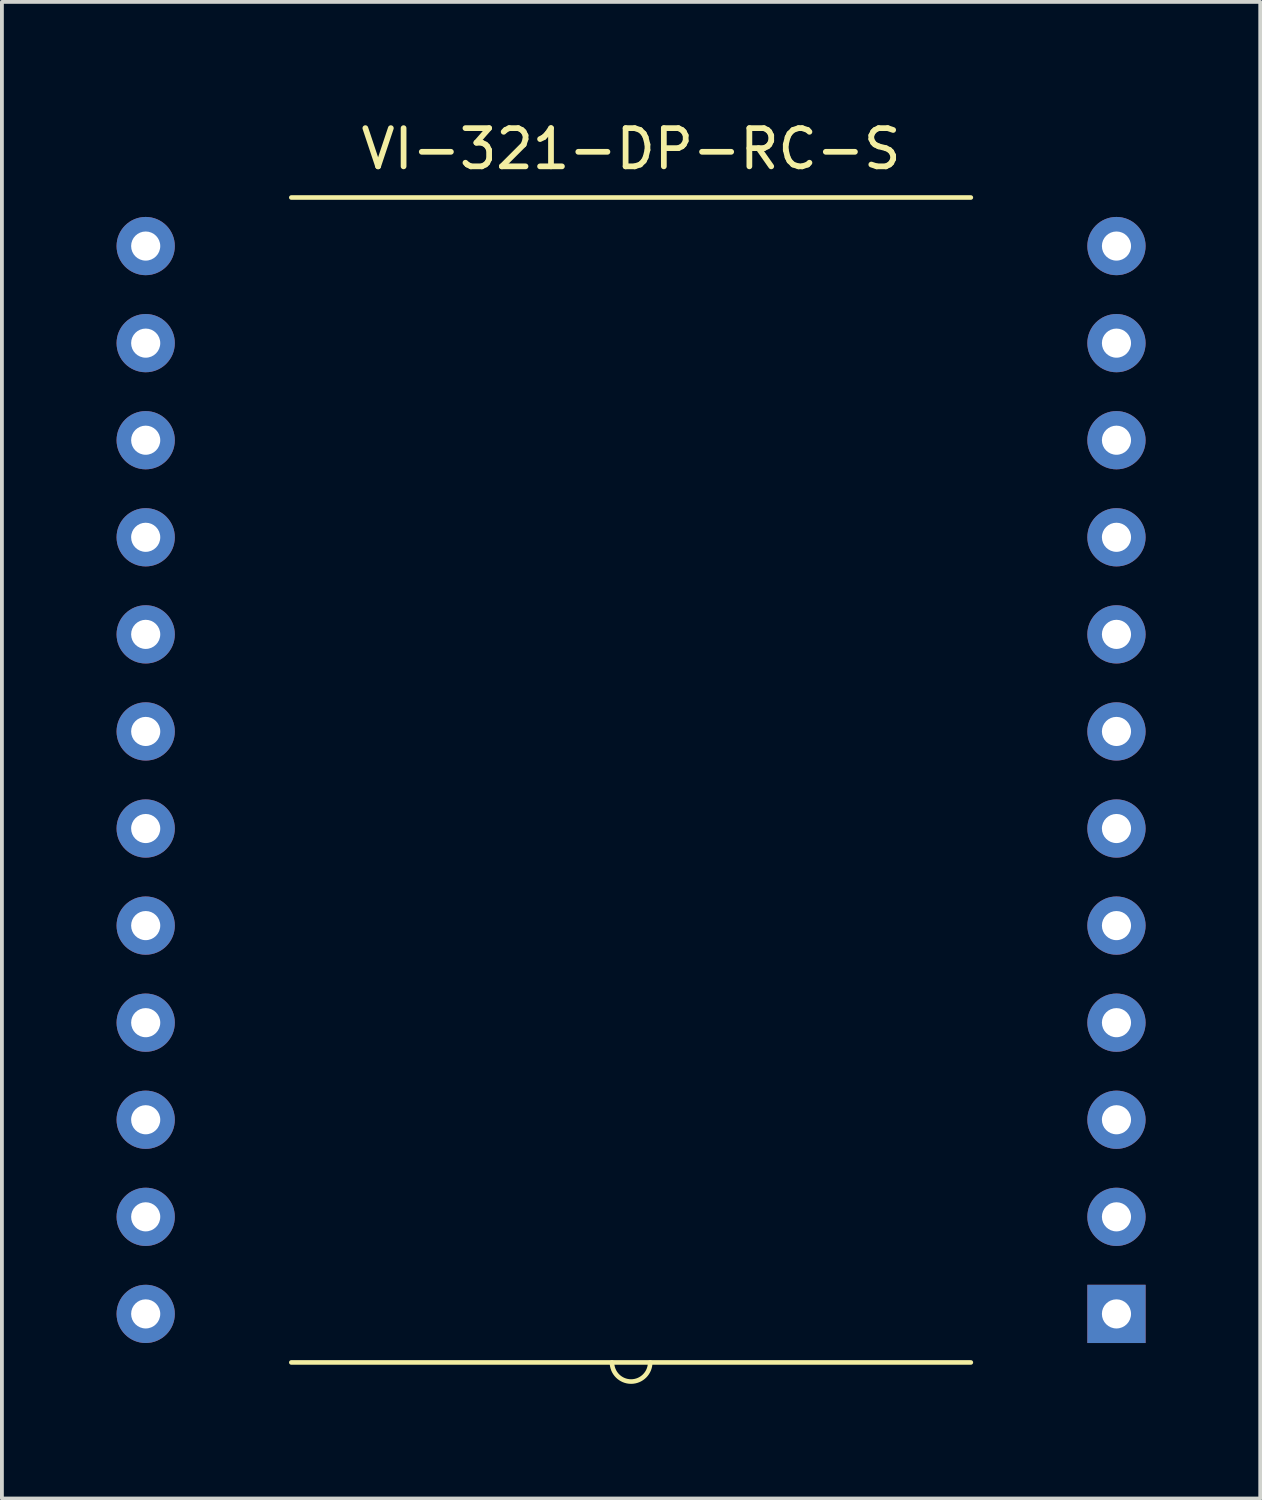
<source format=kicad_pcb>
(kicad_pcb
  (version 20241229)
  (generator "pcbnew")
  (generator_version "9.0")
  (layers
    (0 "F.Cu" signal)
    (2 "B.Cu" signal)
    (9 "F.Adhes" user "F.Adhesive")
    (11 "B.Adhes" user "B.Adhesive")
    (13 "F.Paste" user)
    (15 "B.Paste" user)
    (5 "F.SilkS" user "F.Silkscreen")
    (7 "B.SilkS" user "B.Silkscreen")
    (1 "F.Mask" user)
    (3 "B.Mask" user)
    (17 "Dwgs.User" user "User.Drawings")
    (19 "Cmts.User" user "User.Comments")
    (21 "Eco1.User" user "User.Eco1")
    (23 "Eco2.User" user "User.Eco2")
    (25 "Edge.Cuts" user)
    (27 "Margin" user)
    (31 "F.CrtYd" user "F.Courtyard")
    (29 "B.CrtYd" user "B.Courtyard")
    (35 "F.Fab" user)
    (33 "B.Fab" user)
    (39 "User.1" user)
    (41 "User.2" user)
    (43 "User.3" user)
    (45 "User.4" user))
  (footprint "VI-321-DP-RC-S"
    (layer "F.Cu")
    (at 13.462 17.358)
    (property "Reference" "VI-321-DP-RC-S" (at 0 -16.51 0) (layer "F.SilkS") (effects (font (size 1 1) (thickness 0.15))))
    (attr through_hole)
    (fp_line (start 8.89 -15.24) (end -8.89 -15.24) (stroke (width 0.12) (type solid)) (layer "F.SilkS"))
    (fp_line (start 8.89 15.24) (end -8.89 15.24) (stroke (width 0.12) (type solid)) (layer "F.SilkS"))
    (fp_arc (start 0.5 15.24) (mid 0 15.74) (end -0.5 15.24) (stroke (width 0.12) (type solid)) (layer "F.SilkS"))
    (pad "1" thru_hole rect (at 12.7 13.97) (size 1.524 1.524) (drill 0.762) (layers "*.Cu" "*.Mask"))
    (pad "2" thru_hole circle (at 12.7 11.43) (size 1.524 1.524) (drill 0.762) (layers "*.Cu" "*.Mask"))
    (pad "3" thru_hole circle (at 12.7 8.89) (size 1.524 1.524) (drill 0.762) (layers "*.Cu" "*.Mask"))
    (pad "4" thru_hole circle (at 12.7 6.35) (size 1.524 1.524) (drill 0.762) (layers "*.Cu" "*.Mask"))
    (pad "5" thru_hole circle (at 12.7 3.81) (size 1.524 1.524) (drill 0.762) (layers "*.Cu" "*.Mask"))
    (pad "6" thru_hole circle (at 12.7 1.27) (size 1.524 1.524) (drill 0.762) (layers "*.Cu" "*.Mask"))
    (pad "7" thru_hole circle (at 12.7 -1.27) (size 1.524 1.524) (drill 0.762) (layers "*.Cu" "*.Mask"))
    (pad "8" thru_hole circle (at 12.7 -3.81) (size 1.524 1.524) (drill 0.762) (layers "*.Cu" "*.Mask"))
    (pad "9" thru_hole circle (at 12.7 -6.35) (size 1.524 1.524) (drill 0.762) (layers "*.Cu" "*.Mask"))
    (pad "10" thru_hole circle (at 12.7 -8.89) (size 1.524 1.524) (drill 0.762) (layers "*.Cu" "*.Mask"))
    (pad "11" thru_hole circle (at 12.7 -11.43) (size 1.524 1.524) (drill 0.762) (layers "*.Cu" "*.Mask"))
    (pad "12" thru_hole circle (at 12.7 -13.97) (size 1.524 1.524) (drill 0.762) (layers "*.Cu" "*.Mask"))
    (pad "13" thru_hole circle (at -12.7 -13.97) (size 1.524 1.524) (drill 0.762) (layers "*.Cu" "*.Mask"))
    (pad "14" thru_hole circle (at -12.7 -11.43) (size 1.524 1.524) (drill 0.762) (layers "*.Cu" "*.Mask"))
    (pad "15" thru_hole circle (at -12.7 -8.89) (size 1.524 1.524) (drill 0.762) (layers "*.Cu" "*.Mask"))
    (pad "16" thru_hole circle (at -12.7 -6.35) (size 1.524 1.524) (drill 0.762) (layers "*.Cu" "*.Mask"))
    (pad "17" thru_hole circle (at -12.7 -3.81) (size 1.524 1.524) (drill 0.762) (layers "*.Cu" "*.Mask"))
    (pad "18" thru_hole circle (at -12.7 -1.27) (size 1.524 1.524) (drill 0.762) (layers "*.Cu" "*.Mask"))
    (pad "19" thru_hole circle (at -12.7 1.27) (size 1.524 1.524) (drill 0.762) (layers "*.Cu" "*.Mask"))
    (pad "20" thru_hole circle (at -12.7 3.81) (size 1.524 1.524) (drill 0.762) (layers "*.Cu" "*.Mask"))
    (pad "21" thru_hole circle (at -12.7 6.35) (size 1.524 1.524) (drill 0.762) (layers "*.Cu" "*.Mask"))
    (pad "22" thru_hole circle (at -12.7 8.89) (size 1.524 1.524) (drill 0.762) (layers "*.Cu" "*.Mask"))
    (pad "23" thru_hole circle (at -12.7 11.43) (size 1.524 1.524) (drill 0.762) (layers "*.Cu" "*.Mask"))
    (pad "24" thru_hole circle (at -12.7 13.97) (size 1.524 1.524) (drill 0.762) (layers "*.Cu" "*.Mask")))
  (gr_rect
    (start -3 -3)
    (end 29.924 36.158)
    (stroke (width 0.1) (type default))
    (fill no)
    (layer "Edge.Cuts")))
</source>
